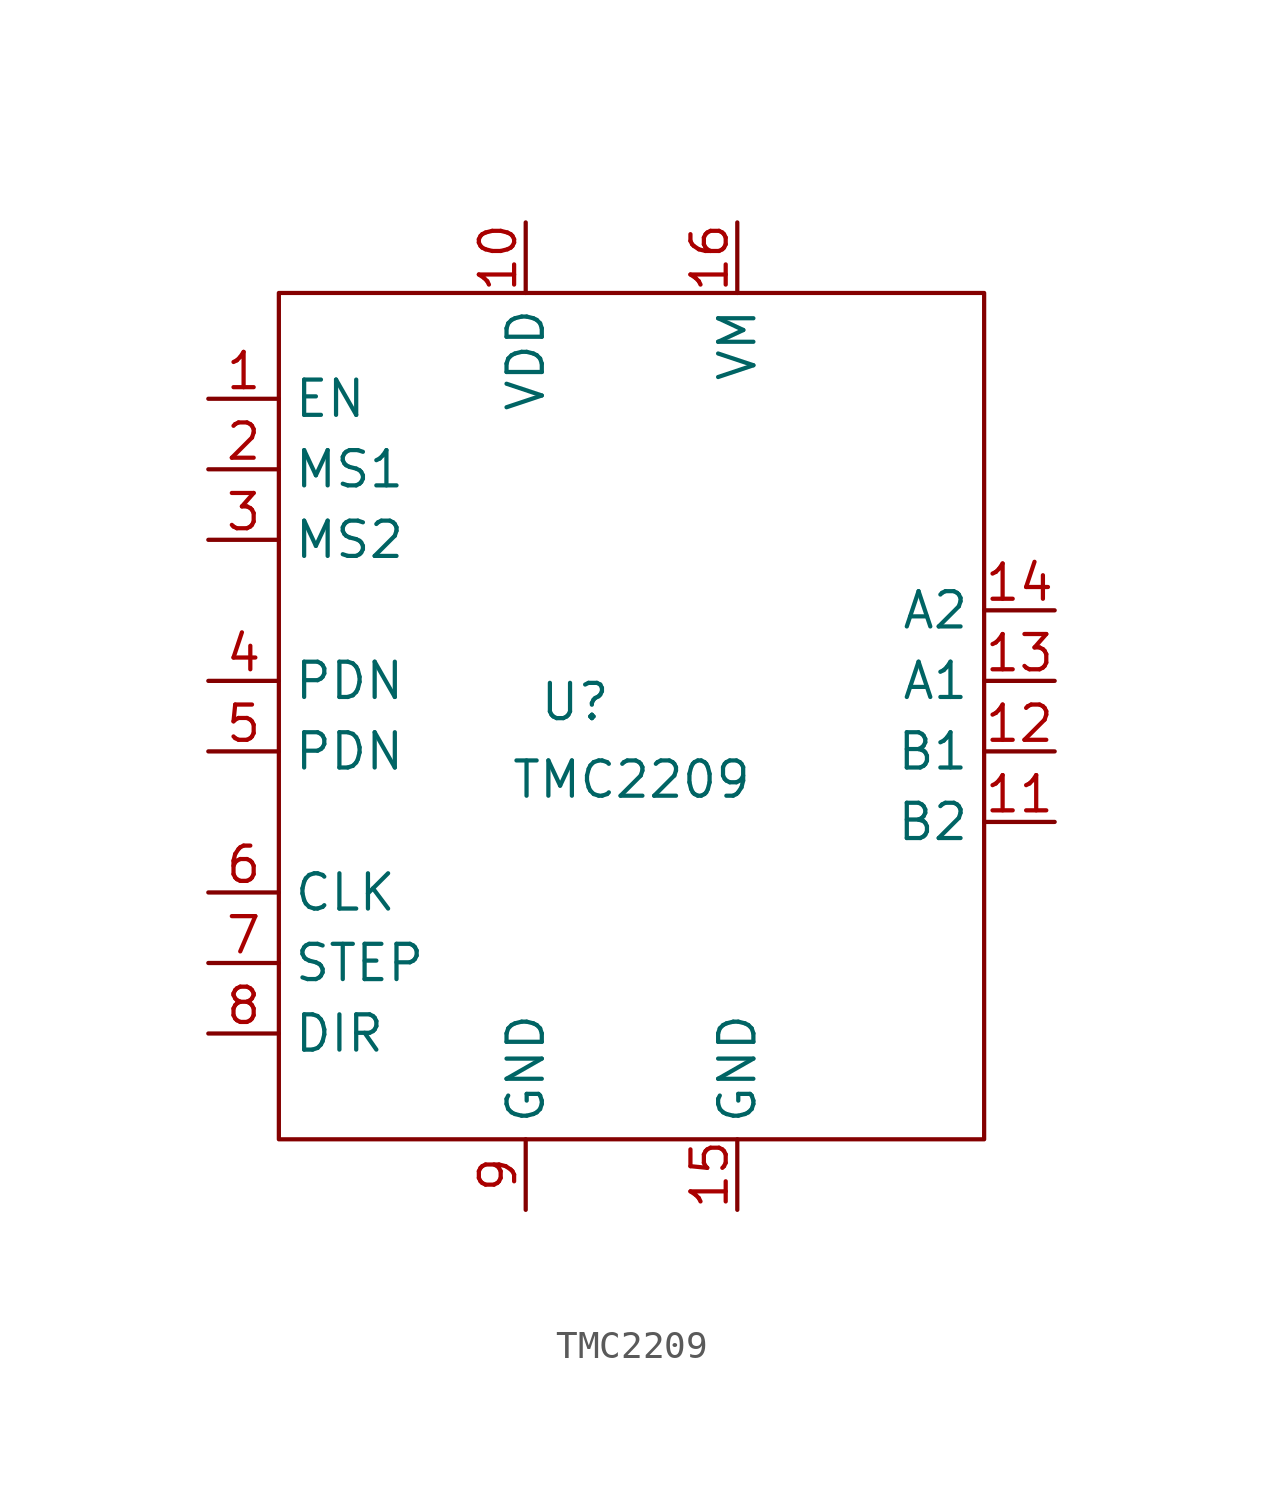
<source format=kicad_sym>
(kicad_symbol_lib
  (version 20241209)
  (generator "kicad_symbol_editor")
  (generator_version "9.0")
  (symbol "TMC2209"
    (property "Reference" "U"
      (at -2.032 -3.302 0)
      (effects (font (size 1.27 1.27))))
    (property "Value" "TMC2209"
      (at 0 -6.096 0)
      (effects (font (size 1.27 1.27))))
    (symbol "TMC2209_0_1"
      (rectangle (start -12.7 11.43) (end 12.7 -19.05) (stroke (width 0) (type default)) (fill (type none))))
    (symbol "TMC2209_1_1"
      (pin input line (at -15.24 7.62 0) (length 2.54) (name "EN" (effects (font (size 1.27 1.27)))) (number "1" (effects (font (size 1.27 1.27)))))
      (pin input line (at -15.24 5.08 0) (length 2.54) (name "MS1" (effects (font (size 1.27 1.27)))) (number "2" (effects (font (size 1.27 1.27)))))
      (pin input line (at -15.24 2.54 0) (length 2.54) (name "MS2" (effects (font (size 1.27 1.27)))) (number "3" (effects (font (size 1.27 1.27)))))
      (pin input line (at -15.24 -2.54 0) (length 2.54) (name "PDN" (effects (font (size 1.27 1.27)))) (number "4" (effects (font (size 1.27 1.27)))))
      (pin input line (at -15.24 -5.08 0) (length 2.54) (name "PDN" (effects (font (size 1.27 1.27)))) (number "5" (effects (font (size 1.27 1.27)))))
      (pin input line (at -15.24 -10.16 0) (length 2.54) (name "CLK" (effects (font (size 1.27 1.27)))) (number "6" (effects (font (size 1.27 1.27)))))
      (pin input line (at -15.24 -12.7 0) (length 2.54) (name "STEP" (effects (font (size 1.27 1.27)))) (number "7" (effects (font (size 1.27 1.27)))))
      (pin input line (at -15.24 -15.24 0) (length 2.54) (name "DIR" (effects (font (size 1.27 1.27)))) (number "8" (effects (font (size 1.27 1.27)))))
      (pin input line (at -3.81 13.97 270) (length 2.54) (name "VDD" (effects (font (size 1.27 1.27)))) (number "10" (effects (font (size 1.27 1.27)))))
      (pin input line (at -3.81 -21.59 90) (length 2.54) (name "GND" (effects (font (size 1.27 1.27)))) (number "9" (effects (font (size 1.27 1.27)))))
      (pin input line (at 3.81 13.97 270) (length 2.54) (name "VM" (effects (font (size 1.27 1.27)))) (number "16" (effects (font (size 1.27 1.27)))))
      (pin input line (at 3.81 -21.59 90) (length 2.54) (name "GND" (effects (font (size 1.27 1.27)))) (number "15" (effects (font (size 1.27 1.27)))))
      (pin input line (at 15.24 0 180) (length 2.54) (name "A2" (effects (font (size 1.27 1.27)))) (number "14" (effects (font (size 1.27 1.27)))))
      (pin input line (at 15.24 -2.54 180) (length 2.54) (name "A1" (effects (font (size 1.27 1.27)))) (number "13" (effects (font (size 1.27 1.27)))))
      (pin input line (at 15.24 -5.08 180) (length 2.54) (name "B1" (effects (font (size 1.27 1.27)))) (number "12" (effects (font (size 1.27 1.27)))))
      (pin input line (at 15.24 -7.62 180) (length 2.54) (name "B2" (effects (font (size 1.27 1.27)))) (number "11" (effects (font (size 1.27 1.27))))))))
</source>
